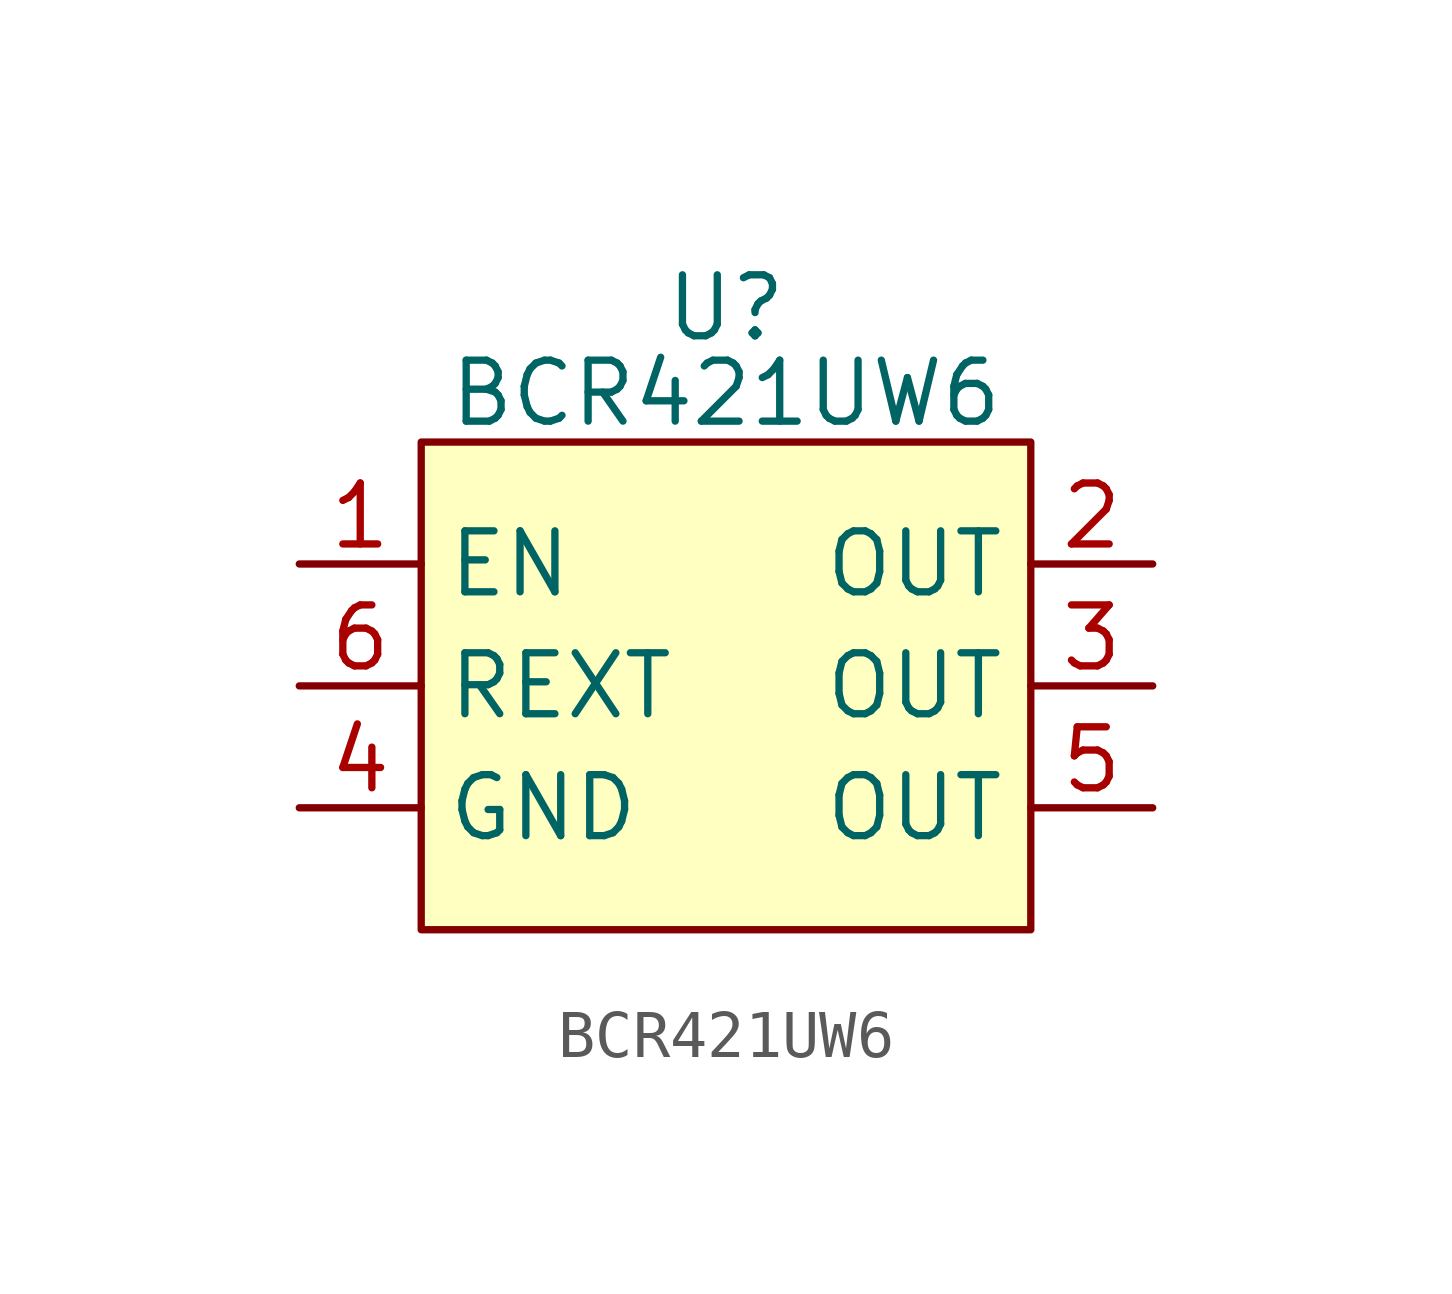
<source format=kicad_sym>
(kicad_symbol_lib
  (version 20241209)
  (generator "kicad_symbol_editor")
  (generator_version "9.0")
  (symbol "BCR421UW6"
    (property "Reference" "U"
      (at 0 7.874 0)
      (effects (font (size 1.27 1.27))))
    (property "Value" "BCR421UW6"
      (at 0 6.096 0)
      (effects (font (size 1.27 1.27))))
    (symbol "BCR421UW6_1_1"
      (rectangle (start -6.35 5.08) (end 6.35 -5.08) (stroke (width 0) (type solid)) (fill (type background)))
      (pin passive line (at -8.89 2.54 0) (length 2.54) (name "EN" (effects (font (size 1.27 1.27)))) (number "1" (effects (font (size 1.27 1.27)))))
      (pin passive line (at -8.89 0 0) (length 2.54) (name "REXT" (effects (font (size 1.27 1.27)))) (number "6" (effects (font (size 1.27 1.27)))))
      (pin passive line (at -8.89 -2.54 0) (length 2.54) (name "GND" (effects (font (size 1.27 1.27)))) (number "4" (effects (font (size 1.27 1.27)))))
      (pin passive line (at 8.89 2.54 180) (length 2.54) (name "OUT" (effects (font (size 1.27 1.27)))) (number "2" (effects (font (size 1.27 1.27)))))
      (pin passive line (at 8.89 0 180) (length 2.54) (name "OUT" (effects (font (size 1.27 1.27)))) (number "3" (effects (font (size 1.27 1.27)))))
      (pin passive line (at 8.89 -2.54 180) (length 2.54) (name "OUT" (effects (font (size 1.27 1.27)))) (number "5" (effects (font (size 1.27 1.27))))))))
</source>
